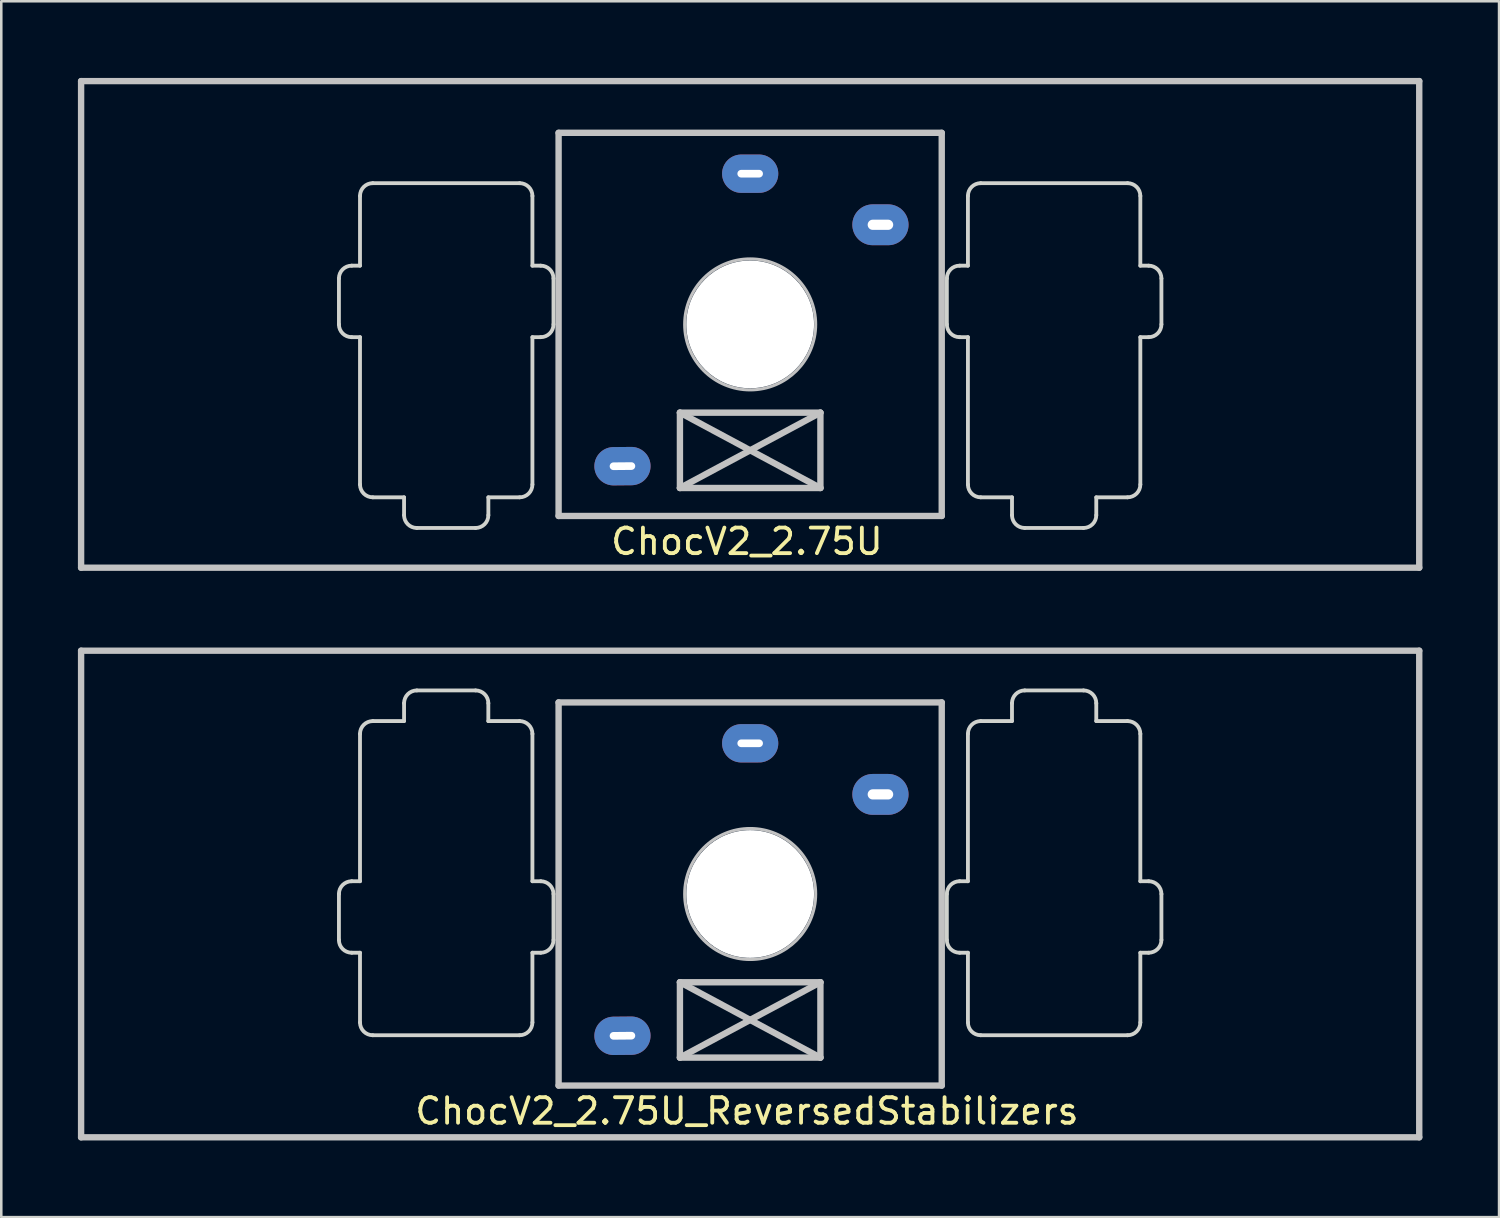
<source format=kicad_pcb>
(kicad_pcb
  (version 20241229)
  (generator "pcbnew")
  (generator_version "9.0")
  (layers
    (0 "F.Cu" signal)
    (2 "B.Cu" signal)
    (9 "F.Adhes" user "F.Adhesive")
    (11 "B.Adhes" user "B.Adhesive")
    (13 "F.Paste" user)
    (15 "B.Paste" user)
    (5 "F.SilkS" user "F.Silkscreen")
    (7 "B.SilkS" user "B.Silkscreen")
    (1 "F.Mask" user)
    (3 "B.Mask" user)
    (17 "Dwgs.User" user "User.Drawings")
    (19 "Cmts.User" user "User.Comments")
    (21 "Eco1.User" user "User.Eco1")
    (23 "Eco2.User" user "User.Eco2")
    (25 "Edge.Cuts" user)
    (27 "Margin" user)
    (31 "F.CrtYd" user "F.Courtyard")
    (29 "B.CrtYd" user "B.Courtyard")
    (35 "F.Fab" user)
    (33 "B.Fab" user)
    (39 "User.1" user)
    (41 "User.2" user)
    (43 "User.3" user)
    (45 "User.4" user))
  (footprint "ChocV2_2.75U_ReversedStabilizers"
    (layer "F.Cu")
    (at 26.319 31.95)
    (property "Reference" "ChocV2_2.75U_ReversedStabilizers" (at -0.127 8.5 0) (layer "F.SilkS") (effects (font (size 1 1) (thickness 0.15))))
    (attr through_hole)
    (fp_line (start -26.194 9.525) (end -26.194 -9.525) (stroke (width 0.25) (type solid)) (layer "Dwgs.User"))
    (fp_line (start -7.5 -7.5) (end 7.5 -7.5) (stroke (width 0.25) (type solid)) (layer "Dwgs.User"))
    (fp_line (start -7.5 7.5) (end -7.5 -7.5) (stroke (width 0.25) (type solid)) (layer "Dwgs.User"))
    (fp_line (start -2.75 3.455) (end -2.75 6.405) (stroke (width 0.25) (type solid)) (layer "Dwgs.User"))
    (fp_line (start -2.75 3.455) (end 2.75 6.405) (stroke (width 0.25) (type solid)) (layer "Dwgs.User"))
    (fp_line (start -2.75 6.405) (end 2.75 3.455) (stroke (width 0.25) (type solid)) (layer "Dwgs.User"))
    (fp_line (start -2.75 6.405) (end 2.75 6.405) (stroke (width 0.25) (type solid)) (layer "Dwgs.User"))
    (fp_line (start 2.75 3.455) (end -2.75 3.455) (stroke (width 0.25) (type solid)) (layer "Dwgs.User"))
    (fp_line (start 2.75 6.405) (end 2.75 3.455) (stroke (width 0.25) (type solid)) (layer "Dwgs.User"))
    (fp_line (start 7.5 -7.5) (end 7.5 7.5) (stroke (width 0.25) (type solid)) (layer "Dwgs.User"))
    (fp_line (start 7.5 7.5) (end -7.5 7.5) (stroke (width 0.25) (type solid)) (layer "Dwgs.User"))
    (fp_line (start 26.194 -9.525) (end -26.194 -9.525) (stroke (width 0.25) (type solid)) (layer "Dwgs.User"))
    (fp_line (start 26.194 -9.525) (end 26.194 9.525) (stroke (width 0.25) (type solid)) (layer "Dwgs.User"))
    (fp_line (start 26.194 9.525) (end -26.194 9.525) (stroke (width 0.25) (type solid)) (layer "Dwgs.User"))
    (fp_circle (center 0 0) (end -0.711 -2.464) (stroke (width 0.12) (type solid)) (fill no) (layer "Dwgs.User"))
    (fp_line (start -16.1 0.00025) (end -16.1 1.799) (stroke (width 0.15) (type solid)) (layer "Edge.Cuts"))
    (fp_line (start -15.6 2.299) (end -15.275 2.299) (stroke (width 0.15) (type solid)) (layer "Edge.Cuts"))
    (fp_line (start -15.275 -6.27) (end -15.275 -0.5) (stroke (width 0.15) (type solid)) (layer "Edge.Cuts"))
    (fp_line (start -15.275 -0.5) (end -15.6 -0.5) (stroke (width 0.15) (type solid)) (layer "Edge.Cuts"))
    (fp_line (start -15.275 2.299) (end -15.275 5.029) (stroke (width 0.15) (type solid)) (layer "Edge.Cuts"))
    (fp_line (start -14.775 5.529) (end -9.025 5.529) (stroke (width 0.15) (type solid)) (layer "Edge.Cuts"))
    (fp_line (start -13.55 -7.47) (end -13.55 -6.77) (stroke (width 0.15) (type solid)) (layer "Edge.Cuts"))
    (fp_line (start -13.55 -6.77) (end -14.775 -6.77) (stroke (width 0.15) (type solid)) (layer "Edge.Cuts"))
    (fp_line (start -10.751 -7.97) (end -13.05 -7.97) (stroke (width 0.15) (type solid)) (layer "Edge.Cuts"))
    (fp_line (start -10.251 -6.77) (end -10.251 -7.47) (stroke (width 0.15) (type solid)) (layer "Edge.Cuts"))
    (fp_line (start -9.025 -6.77) (end -10.251 -6.77) (stroke (width 0.15) (type solid)) (layer "Edge.Cuts"))
    (fp_line (start -8.525 5.029) (end -8.525 2.299) (stroke (width 0.15) (type solid)) (layer "Edge.Cuts"))
    (fp_line (start -8.525 -0.5) (end -8.525 -6.27) (stroke (width 0.15) (type solid)) (layer "Edge.Cuts"))
    (fp_line (start -8.525 2.299) (end -8.2 2.299) (stroke (width 0.15) (type solid)) (layer "Edge.Cuts"))
    (fp_line (start -8.2 -0.5) (end -8.525 -0.5) (stroke (width 0.15) (type solid)) (layer "Edge.Cuts"))
    (fp_line (start -7.7 1.799) (end -7.7 0.000156) (stroke (width 0.15) (type solid)) (layer "Edge.Cuts"))
    (fp_line (start 7.7 1.799) (end 7.7 0.000156) (stroke (width 0.15) (type solid)) (layer "Edge.Cuts"))
    (fp_line (start 8.2 -0.5) (end 8.525 -0.5) (stroke (width 0.15) (type solid)) (layer "Edge.Cuts"))
    (fp_line (start 8.525 5.029) (end 8.525 2.299) (stroke (width 0.15) (type solid)) (layer "Edge.Cuts"))
    (fp_line (start 8.525 2.299) (end 8.2 2.299) (stroke (width 0.15) (type solid)) (layer "Edge.Cuts"))
    (fp_line (start 8.525 -0.5) (end 8.525 -6.27) (stroke (width 0.15) (type solid)) (layer "Edge.Cuts"))
    (fp_line (start 10.25 -7.47) (end 10.25 -6.77) (stroke (width 0.15) (type solid)) (layer "Edge.Cuts"))
    (fp_line (start 10.25 -6.77) (end 9.025 -6.77) (stroke (width 0.15) (type solid)) (layer "Edge.Cuts"))
    (fp_line (start 10.75 -7.97) (end 13.05 -7.97) (stroke (width 0.15) (type solid)) (layer "Edge.Cuts"))
    (fp_line (start 13.55 -6.77) (end 13.55 -7.47) (stroke (width 0.15) (type solid)) (layer "Edge.Cuts"))
    (fp_line (start 14.775 5.529) (end 9.025 5.529) (stroke (width 0.15) (type solid)) (layer "Edge.Cuts"))
    (fp_line (start 14.775 -6.77) (end 13.55 -6.77) (stroke (width 0.15) (type solid)) (layer "Edge.Cuts"))
    (fp_line (start 15.275 -0.5) (end 15.275 -6.27) (stroke (width 0.15) (type solid)) (layer "Edge.Cuts"))
    (fp_line (start 15.275 2.299) (end 15.6 2.299) (stroke (width 0.15) (type solid)) (layer "Edge.Cuts"))
    (fp_line (start 15.275 5.029) (end 15.275 2.299) (stroke (width 0.15) (type solid)) (layer "Edge.Cuts"))
    (fp_line (start 15.6 -0.5) (end 15.275 -0.5) (stroke (width 0.15) (type solid)) (layer "Edge.Cuts"))
    (fp_line (start 16.1 1.799) (end 16.1 0.00025) (stroke (width 0.15) (type solid)) (layer "Edge.Cuts"))
    (fp_arc (start -16.100248 0.00025) (mid -15.953802 -0.353303) (end -15.600249 -0.499749) (stroke (width 0.15) (type solid)) (layer "Edge.Cuts"))
    (fp_arc (start -15.600249 2.29915) (mid -15.953802 2.152703) (end -16.100249 1.79915) (stroke (width 0.15) (type solid)) (layer "Edge.Cuts"))
    (fp_arc (start -15.274749 -6.269649) (mid -15.128302 -6.623202) (end -14.774749 -6.769649) (stroke (width 0.15) (type solid)) (layer "Edge.Cuts"))
    (fp_arc (start -14.774749 5.529249) (mid -15.128302 5.382802) (end -15.274749 5.029249) (stroke (width 0.15) (type solid)) (layer "Edge.Cuts"))
    (fp_arc (start -13.549649 -7.469849) (mid -13.403202 -7.823402) (end -13.049649 -7.969849) (stroke (width 0.15) (type solid)) (layer "Edge.Cuts"))
    (fp_arc (start -10.75055 -7.969849) (mid -10.396997 -7.823402) (end -10.25055 -7.469849) (stroke (width 0.15) (type solid)) (layer "Edge.Cuts"))
    (fp_arc (start -9.025451 -6.769649) (mid -8.671905 -6.623211) (end -8.52545 -6.269673) (stroke (width 0.15) (type solid)) (layer "Edge.Cuts"))
    (fp_arc (start -8.525449 5.029251) (mid -8.671896 5.382804) (end -9.02545 5.52925) (stroke (width 0.15) (type solid)) (layer "Edge.Cuts"))
    (fp_arc (start -8.199683 -0.499833) (mid -7.846126 -0.353394) (end -7.699672 0.000156) (stroke (width 0.15) (type solid)) (layer "Edge.Cuts"))
    (fp_arc (start -7.699632 1.799056) (mid -7.846071 2.152613) (end -8.199621 2.299067) (stroke (width 0.15) (type solid)) (layer "Edge.Cuts"))
    (fp_arc (start 7.699673 0.000156) (mid 7.846127 -0.353393) (end 8.199683 -0.499832) (stroke (width 0.15) (type solid)) (layer "Edge.Cuts"))
    (fp_arc (start 8.199621 2.299067) (mid 7.846071 2.152613) (end 7.699632 1.799056) (stroke (width 0.15) (type solid)) (layer "Edge.Cuts"))
    (fp_arc (start 8.525312 -6.269724) (mid 8.671766 -6.623274) (end 9.025323 -6.769713) (stroke (width 0.15) (type solid)) (layer "Edge.Cuts"))
    (fp_arc (start 9.025049 5.529186) (mid 8.671499 5.382731) (end 8.525061 5.029174) (stroke (width 0.15) (type solid)) (layer "Edge.Cuts"))
    (fp_arc (start 10.25045 -7.469849) (mid 10.396897 -7.823402) (end 10.75045 -7.969849) (stroke (width 0.15) (type solid)) (layer "Edge.Cuts"))
    (fp_arc (start 13.04965 -7.969849) (mid 13.403203 -7.823402) (end 13.54965 -7.469849) (stroke (width 0.15) (type solid)) (layer "Edge.Cuts"))
    (fp_arc (start 14.77475 -6.769649) (mid 15.128303 -6.623202) (end 15.27475 -6.269649) (stroke (width 0.15) (type solid)) (layer "Edge.Cuts"))
    (fp_arc (start 15.274751 5.029249) (mid 15.128304 5.382803) (end 14.77475 5.52925) (stroke (width 0.15) (type solid)) (layer "Edge.Cuts"))
    (fp_arc (start 15.600249 -0.499751) (mid 15.953803 -0.353304) (end 16.10025 0.00025) (stroke (width 0.15) (type solid)) (layer "Edge.Cuts"))
    (fp_arc (start 16.100249 1.799149) (mid 15.953803 2.152703) (end 15.60025 2.29915) (stroke (width 0.15) (type solid)) (layer "Edge.Cuts"))
    (pad "" np_thru_hole circle (at 0 0 90) (size 5 5) (drill 5) (layers "*.Cu" "*.Mask"))
    (pad "1" thru_hole oval (at 5.1 -3.9 180) (size 2.2 1.6) (drill oval 1 0.4) (layers "*.Cu" "B.Mask"))
    (pad "2" thru_hole oval (at 0 -5.9 180) (size 2.2 1.5) (drill oval 1 0.3) (layers "*.Cu" "B.Mask"))
    (pad "NC" thru_hole oval (at -5 5.55 180.5) (size 2.2 1.5) (drill oval 1 0.3) (layers "*.Cu" "B.Mask")))
  (footprint "ChocV2_2.75U"
    (layer "F.Cu")
    (at 26.319 9.65)
    (property "Reference" "ChocV2_2.75U" (at -0.127 8.5 0) (layer "F.SilkS") (effects (font (size 1 1) (thickness 0.15))))
    (attr through_hole)
    (fp_line (start -26.194 -9.525) (end 26.194 -9.525) (stroke (width 0.25) (type solid)) (layer "Dwgs.User"))
    (fp_line (start -26.194 9.525) (end -26.194 -9.525) (stroke (width 0.25) (type solid)) (layer "Dwgs.User"))
    (fp_line (start -26.194 9.525) (end 26.194 9.525) (stroke (width 0.25) (type solid)) (layer "Dwgs.User"))
    (fp_line (start -7.5 -7.5) (end 7.5 -7.5) (stroke (width 0.25) (type solid)) (layer "Dwgs.User"))
    (fp_line (start -7.5 7.5) (end -7.5 -7.5) (stroke (width 0.25) (type solid)) (layer "Dwgs.User"))
    (fp_line (start -2.75 3.455) (end -2.75 6.405) (stroke (width 0.25) (type solid)) (layer "Dwgs.User"))
    (fp_line (start -2.75 3.455) (end 2.75 6.405) (stroke (width 0.25) (type solid)) (layer "Dwgs.User"))
    (fp_line (start -2.75 6.405) (end 2.75 3.455) (stroke (width 0.25) (type solid)) (layer "Dwgs.User"))
    (fp_line (start -2.75 6.405) (end 2.75 6.405) (stroke (width 0.25) (type solid)) (layer "Dwgs.User"))
    (fp_line (start 2.75 3.455) (end -2.75 3.455) (stroke (width 0.25) (type solid)) (layer "Dwgs.User"))
    (fp_line (start 2.75 6.405) (end 2.75 3.455) (stroke (width 0.25) (type solid)) (layer "Dwgs.User"))
    (fp_line (start 7.5 -7.5) (end 7.5 7.5) (stroke (width 0.25) (type solid)) (layer "Dwgs.User"))
    (fp_line (start 7.5 7.5) (end -7.5 7.5) (stroke (width 0.25) (type solid)) (layer "Dwgs.User"))
    (fp_line (start 26.194 -9.525) (end 26.194 9.525) (stroke (width 0.25) (type solid)) (layer "Dwgs.User"))
    (fp_circle (center 0 0) (end -0.711 -2.464) (stroke (width 0.12) (type solid)) (fill no) (layer "Dwgs.User"))
    (fp_line (start -16.1 -1.799) (end -16.1 -0.00025) (stroke (width 0.15) (type solid)) (layer "Edge.Cuts"))
    (fp_line (start -15.6 0.5) (end -15.275 0.5) (stroke (width 0.15) (type solid)) (layer "Edge.Cuts"))
    (fp_line (start -15.275 -5.029) (end -15.275 -2.299) (stroke (width 0.15) (type solid)) (layer "Edge.Cuts"))
    (fp_line (start -15.275 -2.299) (end -15.6 -2.299) (stroke (width 0.15) (type solid)) (layer "Edge.Cuts"))
    (fp_line (start -15.275 0.5) (end -15.275 6.27) (stroke (width 0.15) (type solid)) (layer "Edge.Cuts"))
    (fp_line (start -14.775 6.77) (end -13.55 6.77) (stroke (width 0.15) (type solid)) (layer "Edge.Cuts"))
    (fp_line (start -14.775 -5.529) (end -9.025 -5.529) (stroke (width 0.15) (type solid)) (layer "Edge.Cuts"))
    (fp_line (start -13.55 6.77) (end -13.55 7.47) (stroke (width 0.15) (type solid)) (layer "Edge.Cuts"))
    (fp_line (start -10.75 7.97) (end -13.05 7.97) (stroke (width 0.15) (type solid)) (layer "Edge.Cuts"))
    (fp_line (start -10.25 6.77) (end -9.025 6.77) (stroke (width 0.15) (type solid)) (layer "Edge.Cuts"))
    (fp_line (start -10.25 7.47) (end -10.25 6.77) (stroke (width 0.15) (type solid)) (layer "Edge.Cuts"))
    (fp_line (start -8.525 0.5) (end -8.525 6.27) (stroke (width 0.15) (type solid)) (layer "Edge.Cuts"))
    (fp_line (start -8.525 -2.299) (end -8.2 -2.299) (stroke (width 0.15) (type solid)) (layer "Edge.Cuts"))
    (fp_line (start -8.525 -5.029) (end -8.525 -2.299) (stroke (width 0.15) (type solid)) (layer "Edge.Cuts"))
    (fp_line (start -8.2 0.5) (end -8.525 0.5) (stroke (width 0.15) (type solid)) (layer "Edge.Cuts"))
    (fp_line (start -7.7 -1.799) (end -7.7 -0.000156) (stroke (width 0.15) (type solid)) (layer "Edge.Cuts"))
    (fp_line (start 7.7 -1.799) (end 7.7 -0.000156) (stroke (width 0.15) (type solid)) (layer "Edge.Cuts"))
    (fp_line (start 8.2 0.5) (end 8.525 0.5) (stroke (width 0.15) (type solid)) (layer "Edge.Cuts"))
    (fp_line (start 8.525 -2.299) (end 8.2 -2.299) (stroke (width 0.15) (type solid)) (layer "Edge.Cuts"))
    (fp_line (start 8.525 0.5) (end 8.525 6.27) (stroke (width 0.15) (type solid)) (layer "Edge.Cuts"))
    (fp_line (start 8.525 -5.029) (end 8.525 -2.299) (stroke (width 0.15) (type solid)) (layer "Edge.Cuts"))
    (fp_line (start 9.025 6.77) (end 10.251 6.77) (stroke (width 0.15) (type solid)) (layer "Edge.Cuts"))
    (fp_line (start 10.251 6.77) (end 10.251 7.47) (stroke (width 0.15) (type solid)) (layer "Edge.Cuts"))
    (fp_line (start 10.751 7.97) (end 13.05 7.97) (stroke (width 0.15) (type solid)) (layer "Edge.Cuts"))
    (fp_line (start 13.55 6.77) (end 14.775 6.77) (stroke (width 0.15) (type solid)) (layer "Edge.Cuts"))
    (fp_line (start 13.55 7.47) (end 13.55 6.77) (stroke (width 0.15) (type solid)) (layer "Edge.Cuts"))
    (fp_line (start 14.775 -5.529) (end 9.025 -5.529) (stroke (width 0.15) (type solid)) (layer "Edge.Cuts"))
    (fp_line (start 15.275 -2.299) (end 15.275 -5.029) (stroke (width 0.15) (type solid)) (layer "Edge.Cuts"))
    (fp_line (start 15.275 0.5) (end 15.6 0.5) (stroke (width 0.15) (type solid)) (layer "Edge.Cuts"))
    (fp_line (start 15.275 6.27) (end 15.275 0.5) (stroke (width 0.15) (type solid)) (layer "Edge.Cuts"))
    (fp_line (start 15.6 -2.299) (end 15.275 -2.299) (stroke (width 0.15) (type solid)) (layer "Edge.Cuts"))
    (fp_line (start 16.1 -0.00025) (end 16.1 -1.799) (stroke (width 0.15) (type solid)) (layer "Edge.Cuts"))
    (fp_arc (start -16.100249 -1.799149) (mid -15.953803 -2.152703) (end -15.60025 -2.29915) (stroke (width 0.15) (type solid)) (layer "Edge.Cuts"))
    (fp_arc (start -15.600249 0.499751) (mid -15.953803 0.353304) (end -16.10025 -0.00025) (stroke (width 0.15) (type solid)) (layer "Edge.Cuts"))
    (fp_arc (start -15.274751 -5.029249) (mid -15.128304 -5.382803) (end -14.77475 -5.52925) (stroke (width 0.15) (type solid)) (layer "Edge.Cuts"))
    (fp_arc (start -14.77475 6.769649) (mid -15.128303 6.623202) (end -15.27475 6.269649) (stroke (width 0.15) (type solid)) (layer "Edge.Cuts"))
    (fp_arc (start -13.04965 7.969849) (mid -13.403203 7.823402) (end -13.54965 7.469849) (stroke (width 0.15) (type solid)) (layer "Edge.Cuts"))
    (fp_arc (start -10.25045 7.469849) (mid -10.396897 7.823402) (end -10.75045 7.969849) (stroke (width 0.15) (type solid)) (layer "Edge.Cuts"))
    (fp_arc (start -9.025049 -5.529186) (mid -8.671499 -5.382731) (end -8.525061 -5.029174) (stroke (width 0.15) (type solid)) (layer "Edge.Cuts"))
    (fp_arc (start -8.525312 6.269724) (mid -8.671766 6.623274) (end -9.025323 6.769713) (stroke (width 0.15) (type solid)) (layer "Edge.Cuts"))
    (fp_arc (start -8.199621 -2.299067) (mid -7.846071 -2.152613) (end -7.699632 -1.799056) (stroke (width 0.15) (type solid)) (layer "Edge.Cuts"))
    (fp_arc (start -7.699673 -0.000156) (mid -7.846127 0.353393) (end -8.199683 0.499832) (stroke (width 0.15) (type solid)) (layer "Edge.Cuts"))
    (fp_arc (start 7.699632 -1.799056) (mid 7.846071 -2.152613) (end 8.199621 -2.299067) (stroke (width 0.15) (type solid)) (layer "Edge.Cuts"))
    (fp_arc (start 8.199683 0.499833) (mid 7.846126 0.353394) (end 7.699672 -0.000156) (stroke (width 0.15) (type solid)) (layer "Edge.Cuts"))
    (fp_arc (start 8.525449 -5.029251) (mid 8.671896 -5.382804) (end 9.02545 -5.52925) (stroke (width 0.15) (type solid)) (layer "Edge.Cuts"))
    (fp_arc (start 9.025451 6.769649) (mid 8.671905 6.623211) (end 8.52545 6.269673) (stroke (width 0.15) (type solid)) (layer "Edge.Cuts"))
    (fp_arc (start 10.75055 7.969849) (mid 10.396997 7.823402) (end 10.25055 7.469849) (stroke (width 0.15) (type solid)) (layer "Edge.Cuts"))
    (fp_arc (start 13.549649 7.469849) (mid 13.403202 7.823402) (end 13.049649 7.969849) (stroke (width 0.15) (type solid)) (layer "Edge.Cuts"))
    (fp_arc (start 14.774749 -5.529249) (mid 15.128302 -5.382802) (end 15.274749 -5.029249) (stroke (width 0.15) (type solid)) (layer "Edge.Cuts"))
    (fp_arc (start 15.274749 6.269649) (mid 15.128302 6.623202) (end 14.774749 6.769649) (stroke (width 0.15) (type solid)) (layer "Edge.Cuts"))
    (fp_arc (start 15.600249 -2.29915) (mid 15.953802 -2.152703) (end 16.100249 -1.79915) (stroke (width 0.15) (type solid)) (layer "Edge.Cuts"))
    (fp_arc (start 16.100248 -0.00025) (mid 15.953802 0.353303) (end 15.600249 0.499749) (stroke (width 0.15) (type solid)) (layer "Edge.Cuts"))
    (pad "" np_thru_hole circle (at 0 0 90) (size 5 5) (drill 5) (layers "*.Cu" "*.Mask"))
    (pad "1" thru_hole oval (at 5.1 -3.9 180) (size 2.2 1.6) (drill oval 1 0.4) (layers "*.Cu" "B.Mask"))
    (pad "2" thru_hole oval (at 0 -5.9 180) (size 2.2 1.5) (drill oval 1 0.3) (layers "*.Cu" "B.Mask"))
    (pad "NC" thru_hole oval (at -5 5.55 180.5) (size 2.2 1.5) (drill oval 1 0.3) (layers "*.Cu" "B.Mask")))
  (gr_rect
    (start -3 -3)
    (end 55.638 44.6)
    (stroke (width 0.1) (type default))
    (fill no)
    (layer "Edge.Cuts")))
</source>
